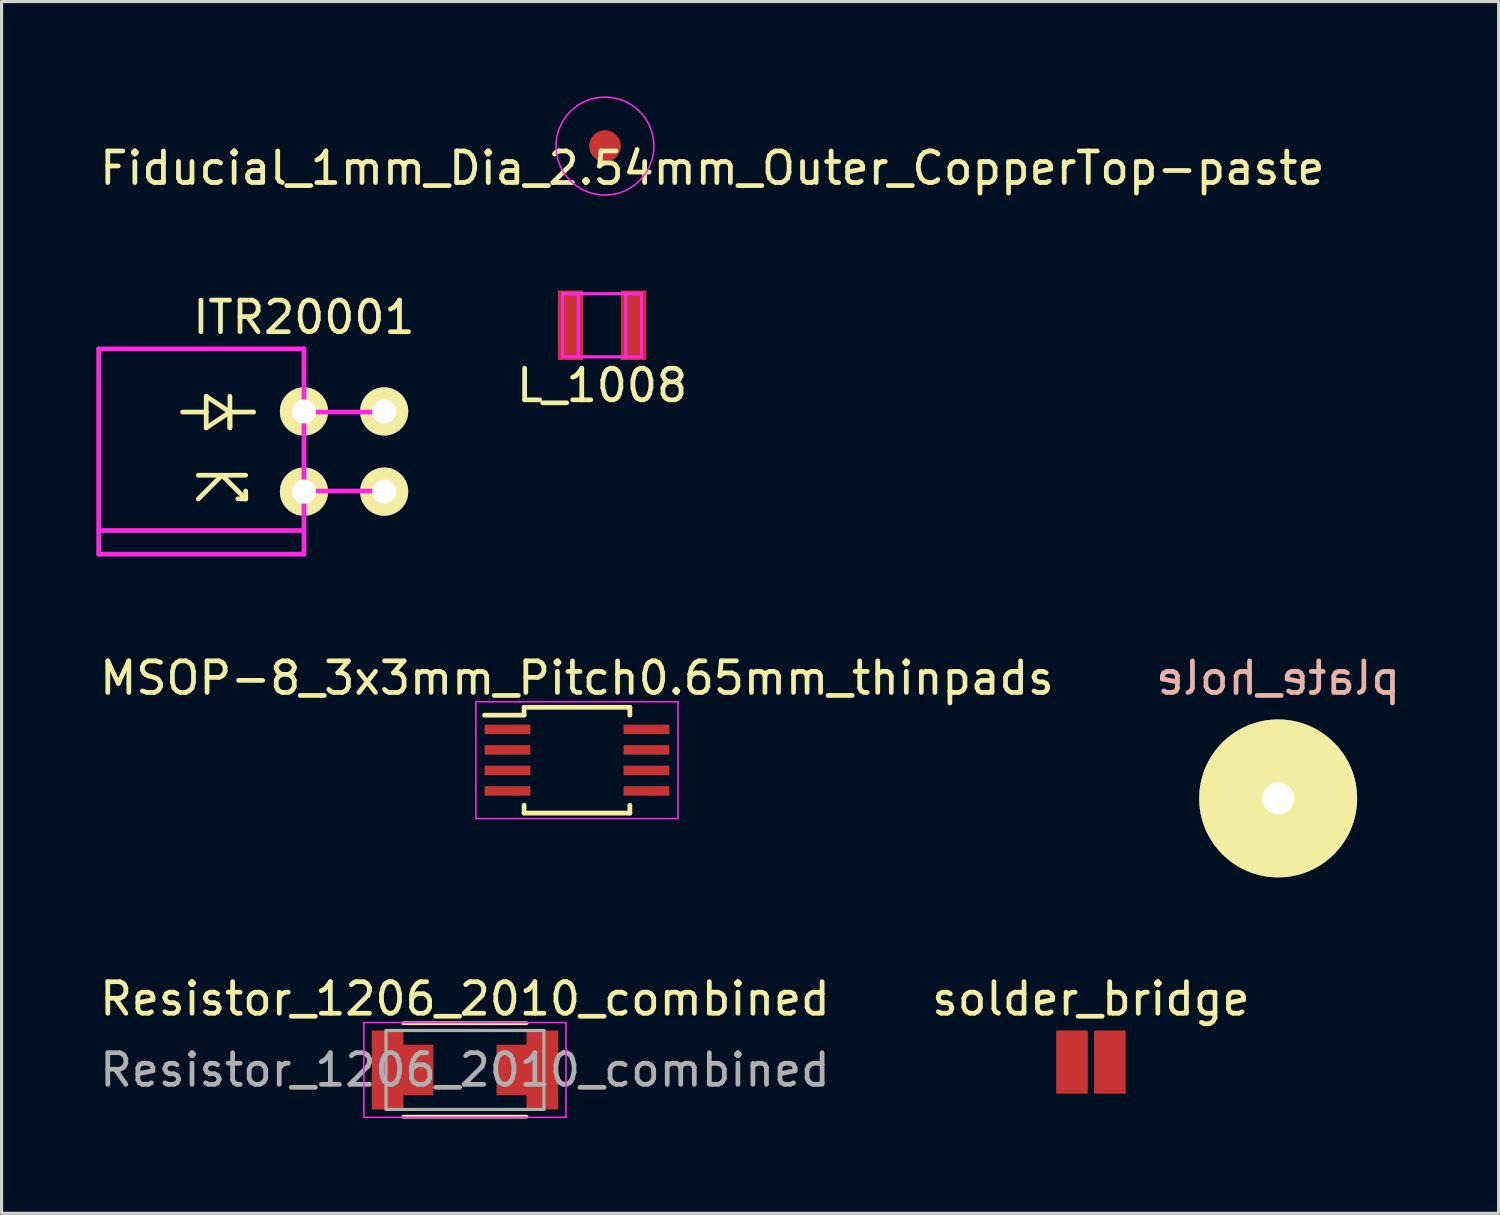
<source format=kicad_pcb>
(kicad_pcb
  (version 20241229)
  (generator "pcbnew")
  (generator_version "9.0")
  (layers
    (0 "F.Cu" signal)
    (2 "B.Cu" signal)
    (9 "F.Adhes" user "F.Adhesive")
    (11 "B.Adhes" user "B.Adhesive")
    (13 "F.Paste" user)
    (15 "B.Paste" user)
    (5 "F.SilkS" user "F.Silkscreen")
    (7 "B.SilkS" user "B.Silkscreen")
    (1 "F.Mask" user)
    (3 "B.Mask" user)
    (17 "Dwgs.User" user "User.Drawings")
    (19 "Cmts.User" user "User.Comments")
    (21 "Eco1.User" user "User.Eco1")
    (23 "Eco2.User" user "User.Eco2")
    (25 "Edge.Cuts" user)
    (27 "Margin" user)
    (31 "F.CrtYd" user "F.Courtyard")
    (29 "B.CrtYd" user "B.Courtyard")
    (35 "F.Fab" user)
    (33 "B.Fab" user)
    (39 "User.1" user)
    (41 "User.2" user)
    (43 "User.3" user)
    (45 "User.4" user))
  (footprint "Fiducial_1mm_Dia_2.54mm_Outer_CopperTop-paste"
    (layer "F.Cu")
    (at 16.106 1.575)
    (property "Reference" "Fiducial_1mm_Dia_2.54mm_Outer_CopperTop-paste" (at 3.4 0.7 0) (layer "F.SilkS") (effects (font (size 1 1) (thickness 0.15))))
    (attr exclude_from_pos_files exclude_from_bom)
    (fp_circle (center 0 0) (end 1.55 0) (stroke (width 0.05) (type solid)) (fill no) (layer "F.CrtYd"))
    (pad "~" smd circle (at 0 0) (size 1 1) (layers "F.Cu" "F.Mask" "F.Paste")))
  (footprint "solder_bridge"
    (layer "F.Cu")
    (at 31.494 30.58)
    (property "Reference" "solder_bridge" (at 0 -2 0) (layer "F.SilkS") (effects (font (size 1 1) (thickness 0.15))))
    (attr through_hole)
    (pad "1" smd rect (at -0.6 0) (size 1 2) (layers "F.Cu" "F.Mask" "F.Paste"))
    (pad "2" smd rect (at 0.6 0) (size 1 2) (layers "F.Cu" "F.Mask" "F.Paste")))
  (footprint "Resistor_1206_2010_combined"
    (layer "F.Cu")
    (at 11.673 30.83)
    (property "Reference" "Resistor_1206_2010_combined" (at 0 -2.25 0) (layer "F.SilkS") (effects (font (size 1 1) (thickness 0.15))))
    (attr smd)
    (fp_line (start -1.95 -1.48) (end 1.95 -1.48) (stroke (width 0.12) (type solid)) (layer "F.SilkS"))
    (fp_line (start 1.95 1.48) (end -1.95 1.48) (stroke (width 0.12) (type solid)) (layer "F.SilkS"))
    (fp_line (start -3.2 -1.5) (end -3.2 1.5) (stroke (width 0.05) (type solid)) (layer "F.CrtYd"))
    (fp_line (start -3.2 -1.5) (end 3.2 -1.5) (stroke (width 0.05) (type solid)) (layer "F.CrtYd"))
    (fp_line (start 3.2 1.5) (end -3.2 1.5) (stroke (width 0.05) (type solid)) (layer "F.CrtYd"))
    (fp_line (start 3.2 1.5) (end 3.2 -1.5) (stroke (width 0.05) (type solid)) (layer "F.CrtYd"))
    (fp_line (start -2.5 -1.25) (end 2.5 -1.25) (stroke (width 0.1) (type solid)) (layer "F.Fab"))
    (fp_line (start -2.5 1.25) (end -2.5 -1.25) (stroke (width 0.1) (type solid)) (layer "F.Fab"))
    (fp_line (start 2.5 -1.25) (end 2.5 1.25) (stroke (width 0.1) (type solid)) (layer "F.Fab"))
    (fp_line (start 2.5 1.25) (end -2.5 1.25) (stroke (width 0.1) (type solid)) (layer "F.Fab"))
    (fp_text user "${REFERENCE}" (at 0 0 0) (layer "F.Fab") (effects (font (size 1 1) (thickness 0.15))))
    (pad "1" smd rect (at -2.45 0) (size 1 2.5) (layers "F.Cu" "F.Mask" "F.Paste"))
    (pad "1" smd rect (at -1.5 0 180) (size 1 1.6) (layers "F.Cu" "F.Mask" "F.Paste"))
    (pad "2" smd rect (at 1.5 0 180) (size 1 1.6) (layers "F.Cu" "F.Mask" "F.Paste"))
    (pad "2" smd rect (at 2.45 0) (size 1 2.5) (layers "F.Cu" "F.Mask" "F.Paste")))
  (footprint "MSOP-8_3x3mm_Pitch0.65mm_thinpads"
    (layer "F.Cu")
    (at 15.22 21.021)
    (property "Reference" "MSOP-8_3x3mm_Pitch0.65mm_thinpads" (at 0 -2.6 0) (layer "F.SilkS") (effects (font (size 1 1) (thickness 0.15))))
    (attr smd)
    (fp_line (start -1.675 -1.675) (end -1.675 -1.425) (stroke (width 0.15) (type solid)) (layer "F.SilkS"))
    (fp_line (start -1.675 -1.675) (end 1.675 -1.675) (stroke (width 0.15) (type solid)) (layer "F.SilkS"))
    (fp_line (start -1.675 -1.425) (end -2.925 -1.425) (stroke (width 0.15) (type solid)) (layer "F.SilkS"))
    (fp_line (start -1.675 1.675) (end -1.675 1.425) (stroke (width 0.15) (type solid)) (layer "F.SilkS"))
    (fp_line (start -1.675 1.675) (end 1.675 1.675) (stroke (width 0.15) (type solid)) (layer "F.SilkS"))
    (fp_line (start 1.675 -1.675) (end 1.675 -1.425) (stroke (width 0.15) (type solid)) (layer "F.SilkS"))
    (fp_line (start 1.675 1.675) (end 1.675 1.425) (stroke (width 0.15) (type solid)) (layer "F.SilkS"))
    (fp_line (start -3.2 -1.85) (end -3.2 1.85) (stroke (width 0.05) (type solid)) (layer "F.CrtYd"))
    (fp_line (start -3.2 -1.85) (end 3.2 -1.85) (stroke (width 0.05) (type solid)) (layer "F.CrtYd"))
    (fp_line (start -3.2 1.85) (end 3.2 1.85) (stroke (width 0.05) (type solid)) (layer "F.CrtYd"))
    (fp_line (start 3.2 -1.85) (end 3.2 1.85) (stroke (width 0.05) (type solid)) (layer "F.CrtYd"))
    (pad "1" smd rect (at -2.2 -0.975) (size 1.45 0.3) (layers "F.Cu" "F.Mask" "F.Paste"))
    (pad "2" smd rect (at -2.2 -0.325) (size 1.45 0.3) (layers "F.Cu" "F.Mask" "F.Paste"))
    (pad "3" smd rect (at -2.2 0.325) (size 1.45 0.3) (layers "F.Cu" "F.Mask" "F.Paste"))
    (pad "4" smd rect (at -2.2 0.975) (size 1.45 0.3) (layers "F.Cu" "F.Mask" "F.Paste"))
    (pad "5" smd rect (at 2.2 0.975) (size 1.45 0.3) (layers "F.Cu" "F.Mask" "F.Paste"))
    (pad "6" smd rect (at 2.2 0.325) (size 1.45 0.3) (layers "F.Cu" "F.Mask" "F.Paste"))
    (pad "7" smd rect (at 2.2 -0.325) (size 1.45 0.3) (layers "F.Cu" "F.Mask" "F.Paste"))
    (pad "8" smd rect (at 2.2 -0.975) (size 1.45 0.3) (layers "F.Cu" "F.Mask" "F.Paste")))
  (footprint "plate_hole"
    (layer "F.Cu")
    (at 37.423 22.232)
    (property "Reference" "plate_hole" (at 0 -3.81 0) (layer "B.SilkS") (effects (font (size 1 1) (thickness 0.15)) (justify mirror)))
    (attr through_hole)
    (pad "1" thru_hole circle (at 0 0) (size 5 5) (drill 1.016) (layers "*.Cu" "B.Mask" "F.SilkS")))
  (footprint "ITR20001"
    (layer "F.Cu")
    (at 6.575 11.248)
    (property "Reference" "ITR20001" (at 0 -4.25 0) (layer "F.SilkS") (effects (font (size 1 1) (thickness 0.15))))
    (attr through_hole)
    (fp_line (start -3.845 -1.25) (end -3.095 -1.25) (stroke (width 0.15) (type solid)) (layer "F.SilkS"))
    (fp_line (start -3.345 0.75) (end -1.845 0.75) (stroke (width 0.15) (type solid)) (layer "F.SilkS"))
    (fp_line (start -3.345 1.5) (end -2.595 0.75) (stroke (width 0.15) (type solid)) (layer "F.SilkS"))
    (fp_line (start -3.095 -1.75) (end -2.345 -1.25) (stroke (width 0.15) (type solid)) (layer "F.SilkS"))
    (fp_line (start -3.095 -1.25) (end -3.095 -1.75) (stroke (width 0.15) (type solid)) (layer "F.SilkS"))
    (fp_line (start -3.095 -0.75) (end -3.095 -1.25) (stroke (width 0.15) (type solid)) (layer "F.SilkS"))
    (fp_line (start -2.595 0.75) (end -1.845 1.5) (stroke (width 0.15) (type solid)) (layer "F.SilkS"))
    (fp_line (start -2.345 -1.75) (end -2.345 -0.75) (stroke (width 0.15) (type solid)) (layer "F.SilkS"))
    (fp_line (start -2.345 -1.25) (end -3.095 -0.75) (stroke (width 0.15) (type solid)) (layer "F.SilkS"))
    (fp_line (start -2.345 -1.25) (end -1.595 -1.25) (stroke (width 0.15) (type solid)) (layer "F.SilkS"))
    (fp_line (start -2.345 -0.75) (end -2.345 -1.25) (stroke (width 0.15) (type solid)) (layer "F.SilkS"))
    (fp_line (start -1.845 1.5) (end -2.095 1.5) (stroke (width 0.15) (type solid)) (layer "F.SilkS"))
    (fp_line (start -1.845 1.5) (end -1.845 1.25) (stroke (width 0.15) (type solid)) (layer "F.SilkS"))
    (fp_line (start -6.5 -3.25) (end 0 -3.25) (stroke (width 0.15) (type solid)) (layer "F.CrtYd"))
    (fp_line (start -6.5 2.5) (end 0 2.5) (stroke (width 0.15) (type solid)) (layer "F.CrtYd"))
    (fp_line (start -6.5 3.25) (end -6.5 -3.25) (stroke (width 0.15) (type solid)) (layer "F.CrtYd"))
    (fp_line (start 0 -3.25) (end 0 3.25) (stroke (width 0.15) (type solid)) (layer "F.CrtYd"))
    (fp_line (start 0 -1.25) (end 2.5 -1.25) (stroke (width 0.15) (type solid)) (layer "F.CrtYd"))
    (fp_line (start 0 1.25) (end 2.5 1.25) (stroke (width 0.15) (type solid)) (layer "F.CrtYd"))
    (fp_line (start 0 3.25) (end -6.5 3.25) (stroke (width 0.15) (type solid)) (layer "F.CrtYd"))
    (pad "A" thru_hole circle (at 0 -1.27) (size 1.524 1.524) (drill 0.762) (layers "*.Cu" "*.Mask" "F.SilkS"))
    (pad "C" thru_hole circle (at 0 1.27) (size 1.524 1.524) (drill 0.762) (layers "*.Cu" "*.Mask" "F.SilkS"))
    (pad "E" thru_hole circle (at 2.54 1.27) (size 1.524 1.524) (drill 0.762) (layers "*.Cu" "*.Mask" "F.SilkS"))
    (pad "K" thru_hole circle (at 2.54 -1.27) (size 1.524 1.524) (drill 0.762) (layers "*.Cu" "*.Mask" "F.SilkS")))
  (footprint "L_1008"
    (layer "F.Cu")
    (at 16.015 7.25)
    (property "Reference" "L_1008" (at 0 1.905 0) (layer "F.SilkS") (effects (font (size 1 1) (thickness 0.15))))
    (attr through_hole)
    (fp_line (start -1.25 -1) (end 1.25 -1) (stroke (width 0.1) (type solid)) (layer "F.CrtYd"))
    (fp_line (start -1.25 1) (end -1.25 -1) (stroke (width 0.1) (type solid)) (layer "F.CrtYd"))
    (fp_line (start -0.75 -1) (end -0.75 1) (stroke (width 0.1) (type solid)) (layer "F.CrtYd"))
    (fp_line (start 0.75 1) (end 0.75 -1) (stroke (width 0.1) (type solid)) (layer "F.CrtYd"))
    (fp_line (start 1.25 -1) (end 1.25 1) (stroke (width 0.1) (type solid)) (layer "F.CrtYd"))
    (fp_line (start 1.25 1) (end -1.25 1) (stroke (width 0.1) (type solid)) (layer "F.CrtYd"))
    (pad "1" smd rect (at -1 0) (size 0.8 2.2) (layers "F.Cu" "F.Mask" "F.Paste"))
    (pad "2" smd rect (at 1 0) (size 0.8 2.2) (layers "F.Cu" "F.Mask" "F.Paste")))
  (gr_rect
    (start -3 -3)
    (end 44.405 35.37)
    (stroke (width 0.1) (type default))
    (fill no)
    (layer "Edge.Cuts")))
</source>
